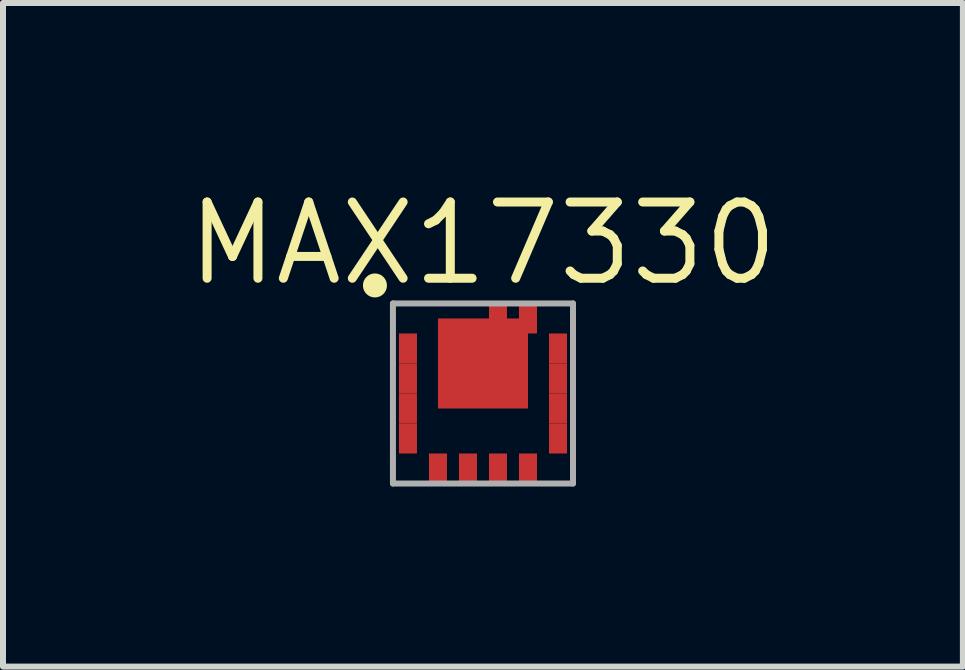
<source format=kicad_pcb>
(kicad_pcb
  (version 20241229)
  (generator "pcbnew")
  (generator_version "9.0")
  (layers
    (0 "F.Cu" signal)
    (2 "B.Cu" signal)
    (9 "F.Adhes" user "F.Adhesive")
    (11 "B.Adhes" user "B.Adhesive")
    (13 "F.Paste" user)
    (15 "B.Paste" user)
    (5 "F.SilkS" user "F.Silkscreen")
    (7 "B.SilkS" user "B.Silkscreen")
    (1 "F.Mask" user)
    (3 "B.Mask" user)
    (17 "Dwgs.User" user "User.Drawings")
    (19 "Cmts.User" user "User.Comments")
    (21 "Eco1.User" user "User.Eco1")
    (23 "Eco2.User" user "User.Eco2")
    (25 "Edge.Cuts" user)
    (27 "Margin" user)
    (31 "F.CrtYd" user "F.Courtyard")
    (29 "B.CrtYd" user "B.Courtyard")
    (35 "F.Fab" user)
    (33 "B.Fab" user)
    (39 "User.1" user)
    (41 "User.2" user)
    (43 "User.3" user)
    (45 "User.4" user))
  (footprint "MAX17330"
    (layer "F.Cu")
    (at 4.997 3.506)
    (property "Reference" "MAX17330" (at 0 -2.5 0) (layer "F.SilkS") (effects (font (size 1.27 1.27) (thickness 0.15))))
    (attr smd)
    (fp_circle (center -1.8 -1.8) (end -1.6 -1.8) (stroke (width 0) (type solid)) (fill yes) (layer "F.SilkS"))
    (fp_line (start -1.5 -1.5) (end 1.5 -1.5) (stroke (width 0.1) (type solid)) (layer "F.Fab"))
    (fp_line (start -1.5 1.5) (end -1.5 -1.5) (stroke (width 0.1) (type solid)) (layer "F.Fab"))
    (fp_line (start 1.5 -1.5) (end 1.5 1.5) (stroke (width 0.1) (type solid)) (layer "F.Fab"))
    (fp_line (start 1.5 1.5) (end -1.5 1.5) (stroke (width 0.1) (type solid)) (layer "F.Fab"))
    (pad "1" smd rect (at -1.25 -0.75) (size 0.3 0.5) (layers "F.Cu" "F.Mask" "F.Paste"))
    (pad "2" smd rect (at -1.25 -0.25) (size 0.3 0.5) (layers "F.Cu" "F.Mask" "F.Paste"))
    (pad "3" smd rect (at -1.25 0.25) (size 0.3 0.5) (layers "F.Cu" "F.Mask" "F.Paste"))
    (pad "4" smd rect (at -1.25 0.75) (size 0.3 0.5) (layers "F.Cu" "F.Mask" "F.Paste"))
    (pad "5" smd rect (at -0.75 1.25) (size 0.3 0.5) (layers "F.Cu" "F.Mask" "F.Paste"))
    (pad "6" smd rect (at -0.25 1.25) (size 0.3 0.5) (layers "F.Cu" "F.Mask" "F.Paste"))
    (pad "7" smd rect (at 0.25 1.25) (size 0.3 0.5) (layers "F.Cu" "F.Mask" "F.Paste"))
    (pad "8" smd rect (at 0.75 1.25) (size 0.3 0.5) (layers "F.Cu" "F.Mask" "F.Paste"))
    (pad "9" smd rect (at 1.25 0.75) (size 0.3 0.5) (layers "F.Cu" "F.Mask" "F.Paste"))
    (pad "10" smd rect (at 1.25 0.25) (size 0.3 0.5) (layers "F.Cu" "F.Mask" "F.Paste"))
    (pad "11" smd rect (at 1.25 -0.25) (size 0.3 0.5) (layers "F.Cu" "F.Mask" "F.Paste"))
    (pad "12" smd rect (at 1.25 -0.75) (size 0.3 0.5) (layers "F.Cu" "F.Mask" "F.Paste"))
    (pad "13" smd rect (at 0.75 -1.25) (size 0.3 0.5) (layers "F.Cu" "F.Mask" "F.Paste"))
    (pad "14" smd rect (at 0.25 -1.25) (size 0.3 0.5) (layers "F.Cu" "F.Mask" "F.Paste"))
    (pad "15" smd rect (at 0 -0.5) (size 1.5 1.5) (layers "F.Cu" "F.Mask" "F.Paste")))
  (gr_rect
    (start -3 -3)
    (end 12.993 8.056)
    (stroke (width 0.1) (type default))
    (fill no)
    (layer "Edge.Cuts")))
</source>
